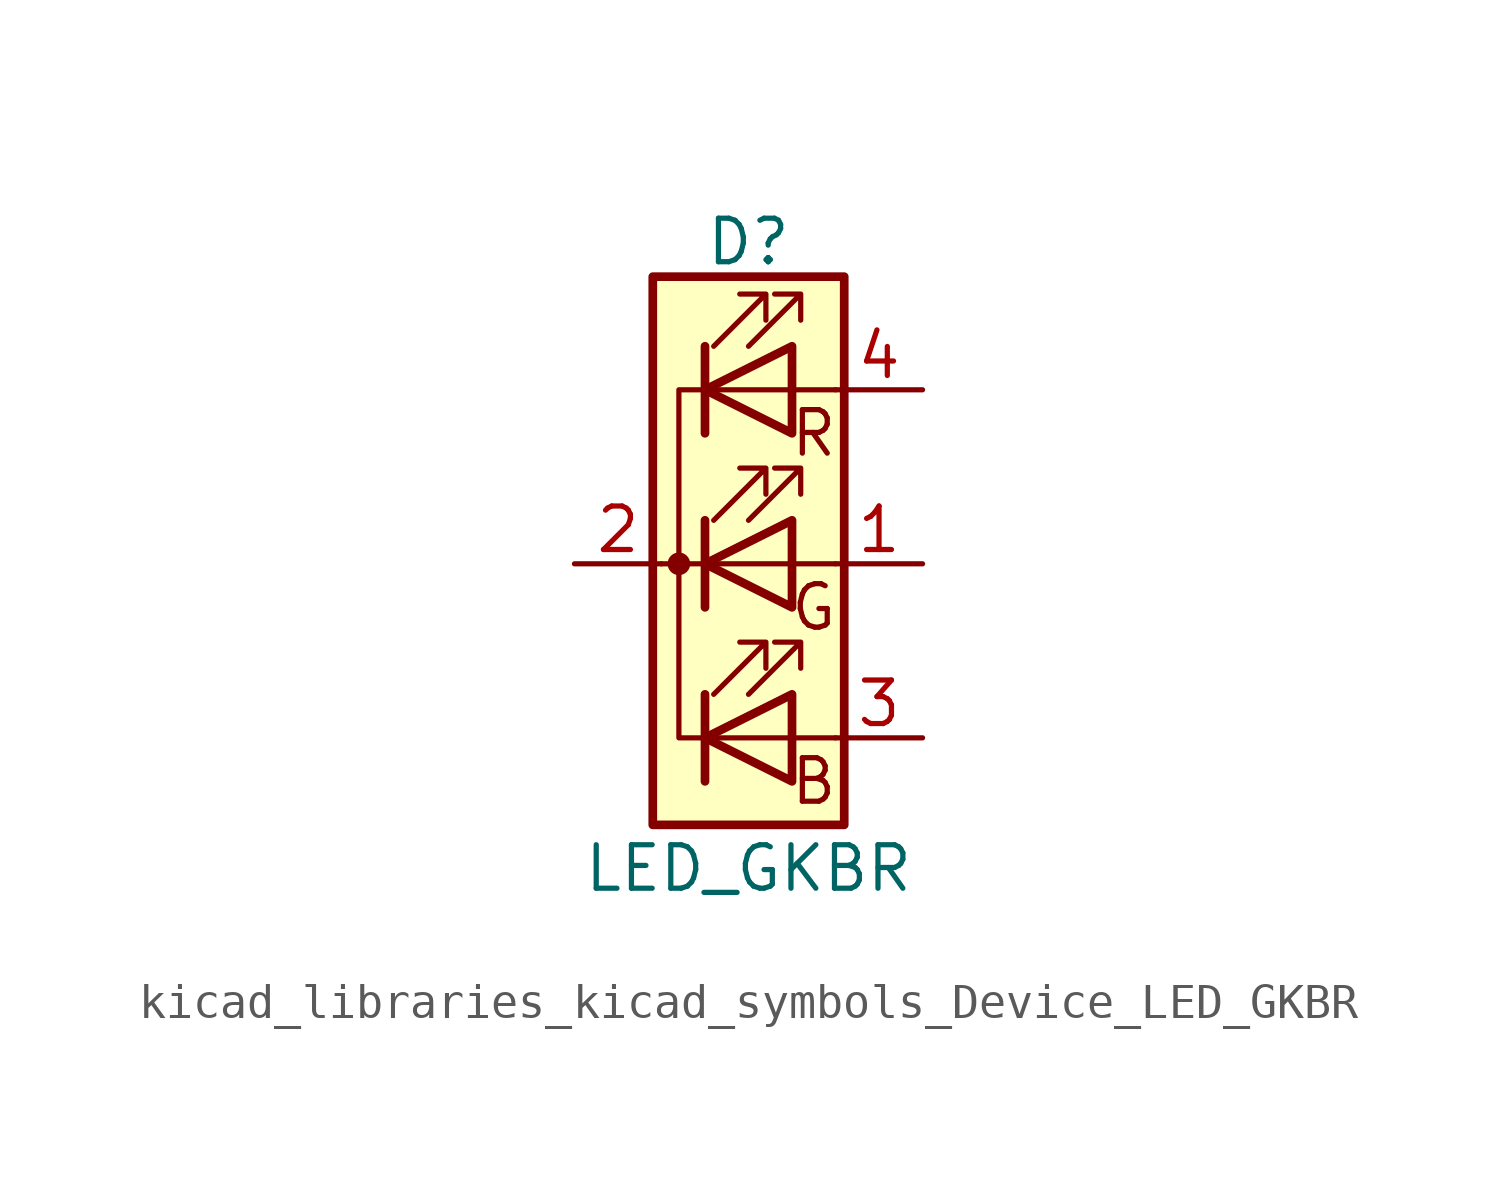
<source format=kicad_sym>
(kicad_symbol_lib
  (version 20220914)
  (generator kicad_symbol_editor)
  (symbol "kicad_libraries_kicad_symbols_Device_LED_GKBR"
    (pin_names
      (offset 0) hide)
    (property "Reference" "D"
      (at 0 9.398 0)
      (effects (font (size 1.27 1.27))))
    (property "Value" "LED_GKBR"
      (at 0 -8.89 0)
      (effects (font (size 1.27 1.27))))
    (symbol "kicad_libraries_kicad_symbols_Device_LED_GKBR_0_0"
      (text "B" (at 1.905 -6.35 0) (effects (font (size 1.27 1.27))))
      (text "G" (at 1.905 -1.27 0) (effects (font (size 1.27 1.27))))
      (text "R" (at 1.905 3.81 0) (effects (font (size 1.27 1.27)))))
    (symbol "kicad_libraries_kicad_symbols_Device_LED_GKBR_0_1"
      (circle (center -2.032 0) (radius 0.254) (stroke (width 0) (type default)) (fill (type outline)))
      (polyline (pts (xy -1.27 -5.08) (xy 1.27 -5.08)) (stroke (width 0) (type default)) (fill (type none)))
      (polyline (pts (xy -1.27 -3.81) (xy -1.27 -6.35)) (stroke (width 0.254) (type default)) (fill (type none)))
      (polyline (pts (xy -1.27 0) (xy -2.54 0)) (stroke (width 0) (type default)) (fill (type none)))
      (polyline (pts (xy -1.27 1.27) (xy -1.27 -1.27)) (stroke (width 0.254) (type default)) (fill (type none)))
      (polyline (pts (xy -1.27 5.08) (xy 1.27 5.08)) (stroke (width 0) (type default)) (fill (type none)))
      (polyline (pts (xy -1.27 6.35) (xy -1.27 3.81)) (stroke (width 0.254) (type default)) (fill (type none)))
      (polyline (pts (xy 1.27 -5.08) (xy 2.54 -5.08)) (stroke (width 0) (type default)) (fill (type none)))
      (polyline (pts (xy 1.27 0) (xy -1.27 0)) (stroke (width 0) (type default)) (fill (type none)))
      (polyline (pts (xy 1.27 0) (xy 2.54 0)) (stroke (width 0) (type default)) (fill (type none)))
      (polyline (pts (xy 1.27 5.08) (xy 2.54 5.08)) (stroke (width 0) (type default)) (fill (type none)))
      (polyline (pts (xy -1.27 1.27) (xy -1.27 -1.27) (xy -1.27 -1.27)) (stroke (width 0) (type default)) (fill (type none)))
      (polyline (pts (xy -1.27 6.35) (xy -1.27 3.81) (xy -1.27 3.81)) (stroke (width 0) (type default)) (fill (type none)))
      (polyline (pts (xy -1.27 5.08) (xy -2.032 5.08) (xy -2.032 -5.08) (xy -1.016 -5.08)) (stroke (width 0) (type default)) (fill (type none)))
      (polyline (pts (xy 1.27 -3.81) (xy 1.27 -6.35) (xy -1.27 -5.08) (xy 1.27 -3.81)) (stroke (width 0.254) (type default)) (fill (type none)))
      (polyline (pts (xy 1.27 1.27) (xy 1.27 -1.27) (xy -1.27 0) (xy 1.27 1.27)) (stroke (width 0.254) (type default)) (fill (type none)))
      (polyline (pts (xy 1.27 6.35) (xy 1.27 3.81) (xy -1.27 5.08) (xy 1.27 6.35)) (stroke (width 0.254) (type default)) (fill (type none)))
      (polyline (pts (xy -1.016 -3.81) (xy 0.508 -2.286) (xy -0.254 -2.286) (xy 0.508 -2.286) (xy 0.508 -3.048)) (stroke (width 0) (type default)) (fill (type none)))
      (polyline (pts (xy -1.016 1.27) (xy 0.508 2.794) (xy -0.254 2.794) (xy 0.508 2.794) (xy 0.508 2.032)) (stroke (width 0) (type default)) (fill (type none)))
      (polyline (pts (xy -1.016 6.35) (xy 0.508 7.874) (xy -0.254 7.874) (xy 0.508 7.874) (xy 0.508 7.112)) (stroke (width 0) (type default)) (fill (type none)))
      (polyline (pts (xy 0 -3.81) (xy 1.524 -2.286) (xy 0.762 -2.286) (xy 1.524 -2.286) (xy 1.524 -3.048)) (stroke (width 0) (type default)) (fill (type none)))
      (polyline (pts (xy 0 1.27) (xy 1.524 2.794) (xy 0.762 2.794) (xy 1.524 2.794) (xy 1.524 2.032)) (stroke (width 0) (type default)) (fill (type none)))
      (polyline (pts (xy 0 6.35) (xy 1.524 7.874) (xy 0.762 7.874) (xy 1.524 7.874) (xy 1.524 7.112)) (stroke (width 0) (type default)) (fill (type none)))
      (rectangle (start 1.27 -1.27) (end 1.27 1.27) (stroke (width 0) (type default)) (fill (type none)))
      (rectangle (start 1.27 1.27) (end 1.27 1.27) (stroke (width 0) (type default)) (fill (type none)))
      (rectangle (start 1.27 3.81) (end 1.27 6.35) (stroke (width 0) (type default)) (fill (type none)))
      (rectangle (start 1.27 6.35) (end 1.27 6.35) (stroke (width 0) (type default)) (fill (type none)))
      (rectangle (start 2.794 8.382) (end -2.794 -7.62) (stroke (width 0.254) (type default)) (fill (type background))))
    (symbol "kicad_libraries_kicad_symbols_Device_LED_GKBR_1_1"
      (pin passive line (at 5.08 0 180) (length 2.54) (name "GA" (effects (font (size 1.27 1.27)))) (number "1" (effects (font (size 1.27 1.27)))))
      (pin passive line (at -5.08 0 0) (length 2.54) (name "K" (effects (font (size 1.27 1.27)))) (number "2" (effects (font (size 1.27 1.27)))))
      (pin passive line (at 5.08 -5.08 180) (length 2.54) (name "BA" (effects (font (size 1.27 1.27)))) (number "3" (effects (font (size 1.27 1.27)))))
      (pin passive line (at 5.08 5.08 180) (length 2.54) (name "RA" (effects (font (size 1.27 1.27)))) (number "4" (effects (font (size 1.27 1.27))))))))
</source>
